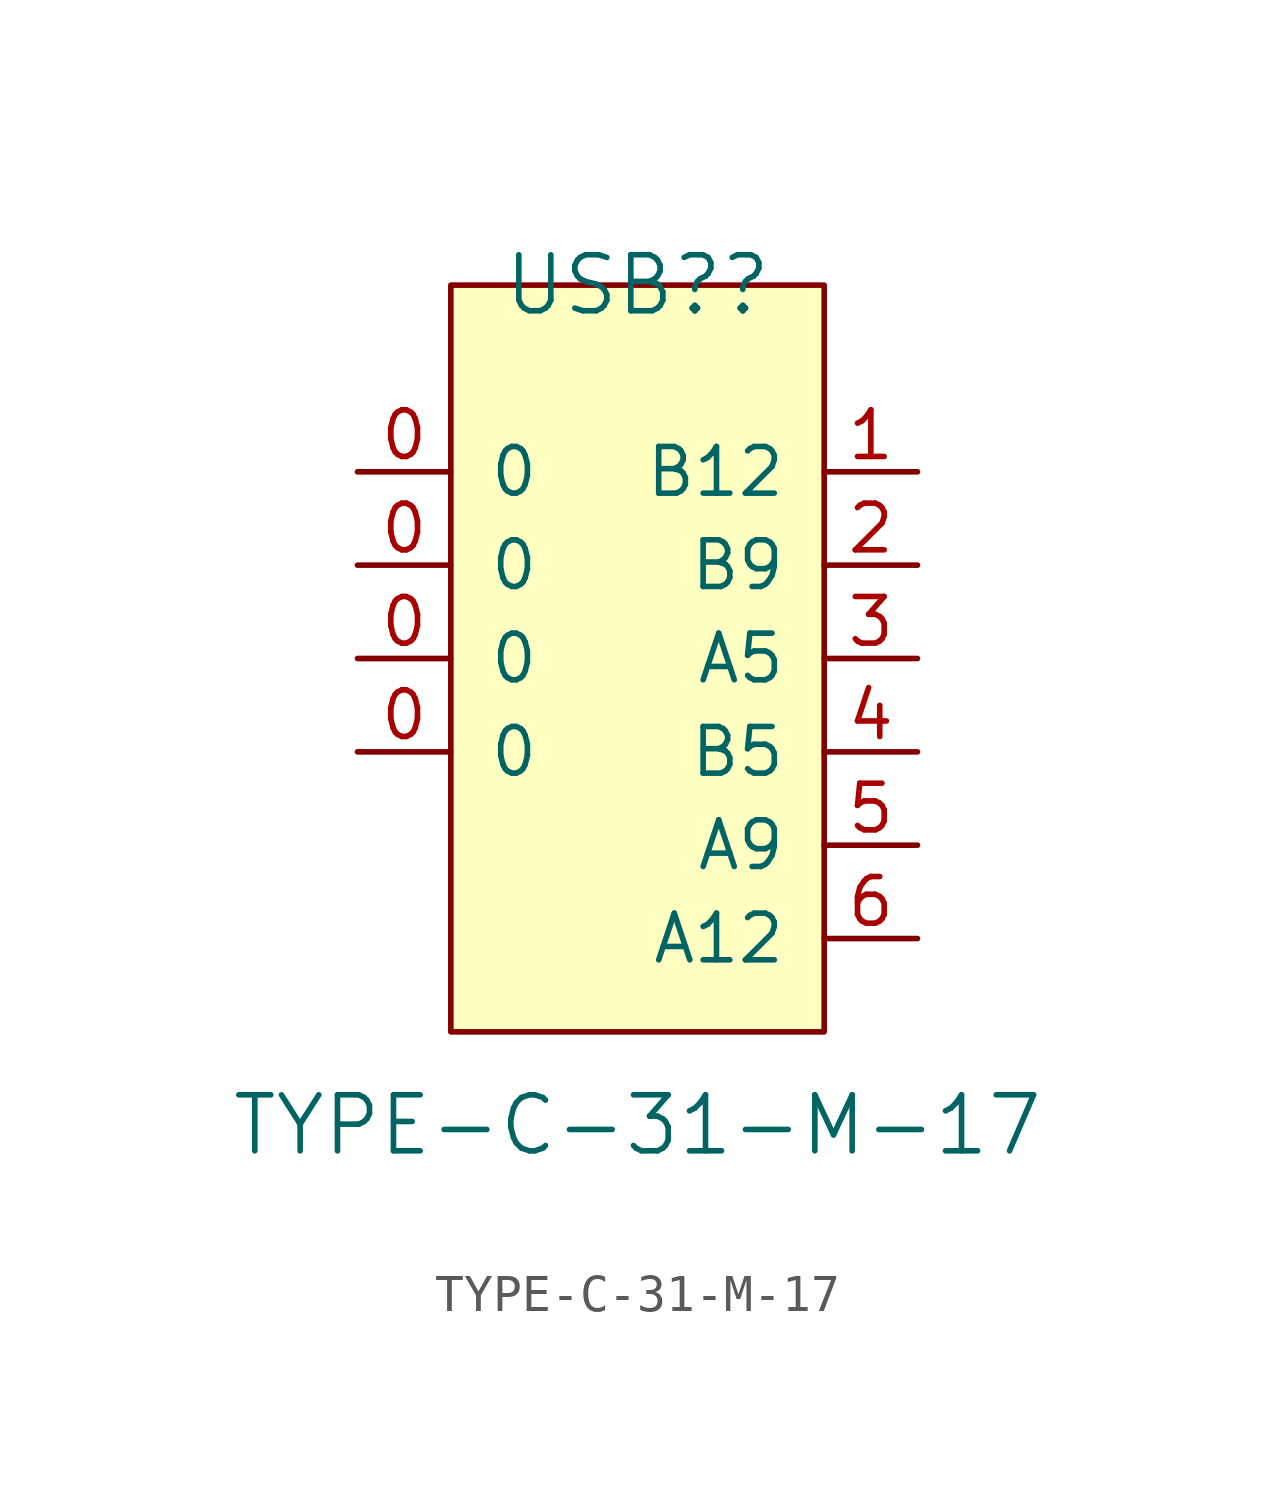
<source format=kicad_sym>
(kicad_symbol_lib
  (version 20211014)
  (generator kicad_symbol_editor)
  (symbol "TYPE-C-31-M-17"
    (pin_names
      (offset 1.016))
    (property "Reference" "USB?"
      (at 0 10.16 0)
      (effects (font (size 1.524 1.524))))
    (property "Value" "TYPE-C-31-M-17"
      (at 0 -12.7 0)
      (effects (font (size 1.524 1.524))))
    (property "ki_locked" ""
      (at 0 0 0)
      (effects (font (size 1.27 1.27))))
    (symbol "TYPE-C-31-M-17_1_1"
      (rectangle (start -5.08 10.16) (end 5.08 -10.16) (stroke (width 0) (type default) (color 0 0 0 0)) (fill (type background)))
      (pin unspecified line (at -7.62 -2.54 0) (length 2.54) (name "0" (effects (font (size 1.27 1.27)))) (number "0" (effects (font (size 1.27 1.27)))))
      (pin unspecified line (at -7.62 0 0) (length 2.54) (name "0" (effects (font (size 1.27 1.27)))) (number "0" (effects (font (size 1.27 1.27)))))
      (pin unspecified line (at -7.62 2.54 0) (length 2.54) (name "0" (effects (font (size 1.27 1.27)))) (number "0" (effects (font (size 1.27 1.27)))))
      (pin unspecified line (at -7.62 5.08 0) (length 2.54) (name "0" (effects (font (size 1.27 1.27)))) (number "0" (effects (font (size 1.27 1.27)))))
      (pin unspecified line (at 7.62 5.08 180) (length 2.54) (name "B12" (effects (font (size 1.27 1.27)))) (number "1" (effects (font (size 1.27 1.27)))))
      (pin unspecified line (at 7.62 2.54 180) (length 2.54) (name "B9" (effects (font (size 1.27 1.27)))) (number "2" (effects (font (size 1.27 1.27)))))
      (pin unspecified line (at 7.62 0 180) (length 2.54) (name "A5" (effects (font (size 1.27 1.27)))) (number "3" (effects (font (size 1.27 1.27)))))
      (pin unspecified line (at 7.62 -2.54 180) (length 2.54) (name "B5" (effects (font (size 1.27 1.27)))) (number "4" (effects (font (size 1.27 1.27)))))
      (pin unspecified line (at 7.62 -5.08 180) (length 2.54) (name "A9" (effects (font (size 1.27 1.27)))) (number "5" (effects (font (size 1.27 1.27)))))
      (pin unspecified line (at 7.62 -7.62 180) (length 2.54) (name "A12" (effects (font (size 1.27 1.27)))) (number "6" (effects (font (size 1.27 1.27))))))))
</source>
